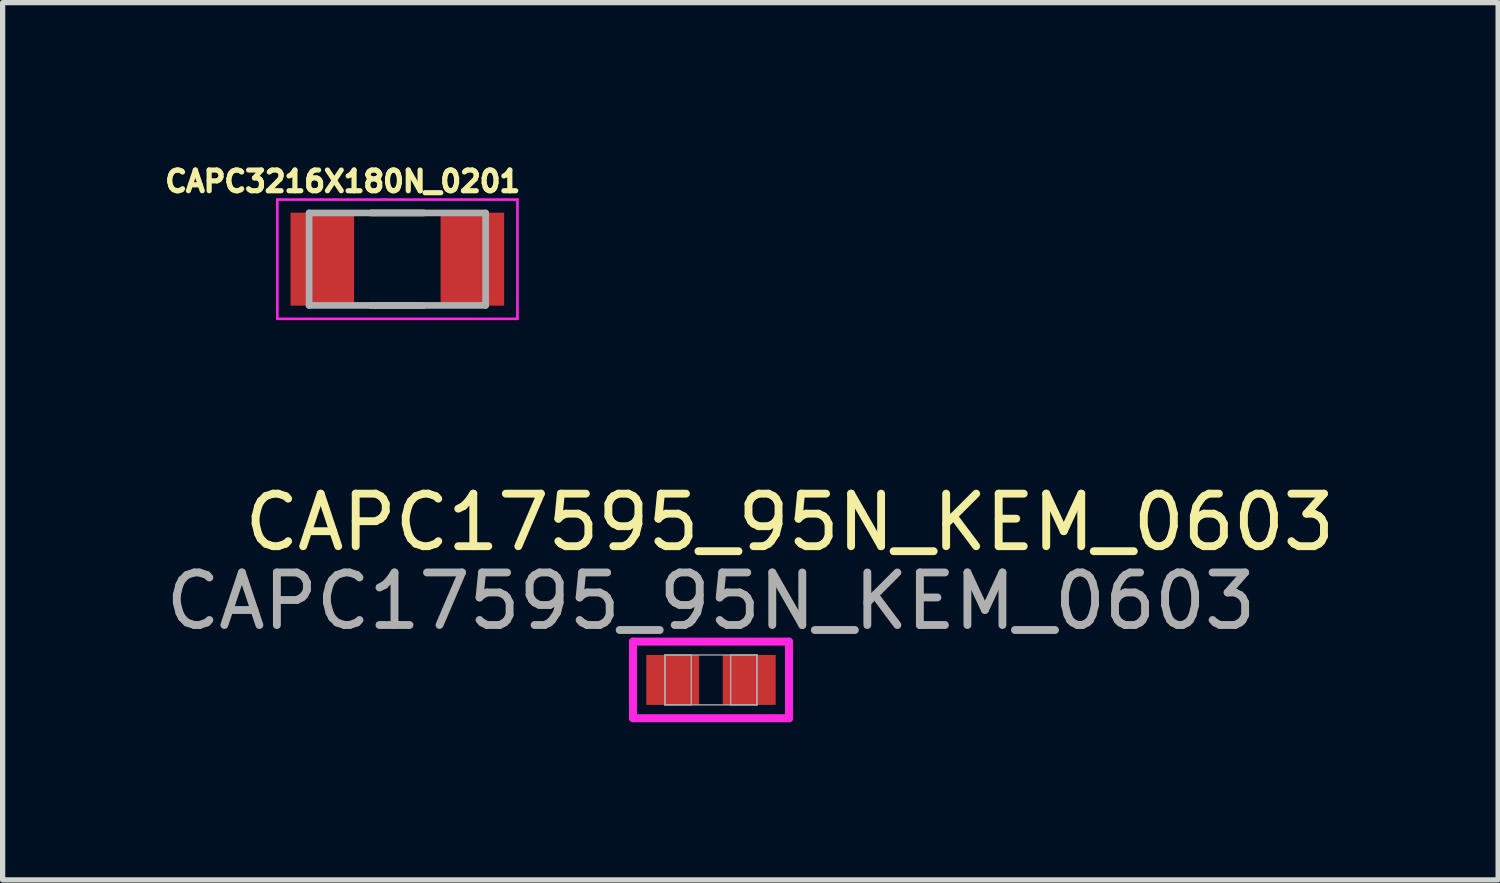
<source format=kicad_pcb>
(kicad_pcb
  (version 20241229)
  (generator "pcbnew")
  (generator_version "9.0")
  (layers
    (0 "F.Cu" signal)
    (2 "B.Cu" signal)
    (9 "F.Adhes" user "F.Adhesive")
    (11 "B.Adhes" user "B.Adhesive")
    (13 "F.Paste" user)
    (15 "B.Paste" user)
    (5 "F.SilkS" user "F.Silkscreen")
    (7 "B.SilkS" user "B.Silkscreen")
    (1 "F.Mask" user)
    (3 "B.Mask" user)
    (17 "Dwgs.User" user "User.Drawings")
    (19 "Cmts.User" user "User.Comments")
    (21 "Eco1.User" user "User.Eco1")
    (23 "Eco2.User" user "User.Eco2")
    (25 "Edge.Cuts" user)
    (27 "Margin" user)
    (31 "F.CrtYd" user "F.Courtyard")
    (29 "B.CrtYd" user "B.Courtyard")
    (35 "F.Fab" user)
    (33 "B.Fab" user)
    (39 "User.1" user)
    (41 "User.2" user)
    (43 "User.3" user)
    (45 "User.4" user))
  (footprint "CAPC3216X180N_0201"
    (layer "F.Cu")
    (at 4.513 1.883)
    (property "Reference" "CAPC3216X180N_0201" (at -1.04 -1.48 0) (layer "F.SilkS") (effects (font (size 0.394 0.394) (thickness 0.15))))
    (attr smd)
    (fp_line (start -0.5 -0.88) (end 0.5 -0.88) (stroke (width 0.127) (type solid)) (layer "F.SilkS"))
    (fp_line (start -0.5 0.88) (end 0.5 0.88) (stroke (width 0.127) (type solid)) (layer "F.SilkS"))
    (fp_line (start -2.285 -1.135) (end 2.285 -1.135) (stroke (width 0.05) (type solid)) (layer "F.CrtYd"))
    (fp_line (start -2.285 1.135) (end -2.285 -1.135) (stroke (width 0.05) (type solid)) (layer "F.CrtYd"))
    (fp_line (start -2.285 1.135) (end 2.285 1.135) (stroke (width 0.05) (type solid)) (layer "F.CrtYd"))
    (fp_line (start 2.285 1.135) (end 2.285 -1.135) (stroke (width 0.05) (type solid)) (layer "F.CrtYd"))
    (fp_line (start -1.68 0.88) (end -1.68 -0.88) (stroke (width 0.127) (type solid)) (layer "F.Fab"))
    (fp_line (start 1.68 -0.88) (end -1.68 -0.88) (stroke (width 0.127) (type solid)) (layer "F.Fab"))
    (fp_line (start 1.68 0.88) (end -1.68 0.88) (stroke (width 0.127) (type solid)) (layer "F.Fab"))
    (fp_line (start 1.68 0.88) (end 1.68 -0.88) (stroke (width 0.127) (type solid)) (layer "F.Fab"))
    (pad "1" smd rect (at -1.428 0) (size 1.21 1.77) (layers "F.Cu" "F.Mask" "F.Paste"))
    (pad "2" smd rect (at 1.428 0) (size 1.21 1.77) (layers "F.Cu" "F.Mask" "F.Paste")))
  (footprint "CAPC17595_95N_KEM_0603"
    (layer "F.Cu")
    (at 10.482 9.891)
    (property "Reference" "CAPC17595_95N_KEM_0603" (at 1.5 -3 0) (unlocked yes) (layer "F.SilkS") (effects (font (size 1 1) (thickness 0.15))))
    (attr smd)
    (fp_line (start -1.485 -0.729) (end 1.485 -0.729) (stroke (width 0.152) (type solid)) (layer "F.CrtYd"))
    (fp_line (start -1.485 0.729) (end -1.485 -0.729) (stroke (width 0.152) (type solid)) (layer "F.CrtYd"))
    (fp_line (start 1.485 -0.729) (end 1.485 0.729) (stroke (width 0.152) (type solid)) (layer "F.CrtYd"))
    (fp_line (start 1.485 0.729) (end -1.485 0.729) (stroke (width 0.152) (type solid)) (layer "F.CrtYd"))
    (fp_line (start -0.875 -0.475) (end -0.875 0.475) (stroke (width 0.025) (type solid)) (layer "F.Fab"))
    (fp_line (start -0.875 -0.475) (end -0.875 0.475) (stroke (width 0.025) (type solid)) (layer "F.Fab"))
    (fp_line (start -0.875 0.475) (end -0.375 0.475) (stroke (width 0.025) (type solid)) (layer "F.Fab"))
    (fp_line (start -0.875 0.475) (end 0.875 0.475) (stroke (width 0.025) (type solid)) (layer "F.Fab"))
    (fp_line (start -0.375 -0.475) (end -0.875 -0.475) (stroke (width 0.025) (type solid)) (layer "F.Fab"))
    (fp_line (start -0.375 0.475) (end -0.375 -0.475) (stroke (width 0.025) (type solid)) (layer "F.Fab"))
    (fp_line (start 0.375 -0.475) (end 0.375 0.475) (stroke (width 0.025) (type solid)) (layer "F.Fab"))
    (fp_line (start 0.375 0.475) (end 0.875 0.475) (stroke (width 0.025) (type solid)) (layer "F.Fab"))
    (fp_line (start 0.875 -0.475) (end -0.875 -0.475) (stroke (width 0.025) (type solid)) (layer "F.Fab"))
    (fp_line (start 0.875 -0.475) (end 0.375 -0.475) (stroke (width 0.025) (type solid)) (layer "F.Fab"))
    (fp_line (start 0.875 0.475) (end 0.875 -0.475) (stroke (width 0.025) (type solid)) (layer "F.Fab"))
    (fp_line (start 0.875 0.475) (end 0.875 -0.475) (stroke (width 0.025) (type solid)) (layer "F.Fab"))
    (fp_text user "${REFERENCE}" (at 0 -1.5 0) (unlocked yes) (layer "F.Fab") (effects (font (size 1 1) (thickness 0.15))))
    (pad "1" smd rect (at -0.728 0) (size 1.006 0.95) (layers "F.Cu" "F.Mask" "F.Paste"))
    (pad "2" smd rect (at 0.728 0) (size 1.006 0.95) (layers "F.Cu" "F.Mask" "F.Paste"))
    (zone (net_name "") (layer "F.Cu") (hatch full 0.508) (connect_pads) (min_thickness 0.254) (filled_areas_thickness no) (keepout (tracks not_allowed) (vias not_allowed) (pads allowed) (copperpour not_allowed) (footprints allowed)) (placement (enabled no)) (fill) (polygon (pts (xy 10.308 9.467) (xy 10.656 9.467) (xy 10.656 10.316) (xy 10.308 10.316)))))
  (gr_rect
    (start -3 -3)
    (end 25.464 13.697)
    (stroke (width 0.1) (type default))
    (fill no)
    (layer "Edge.Cuts")))
</source>
